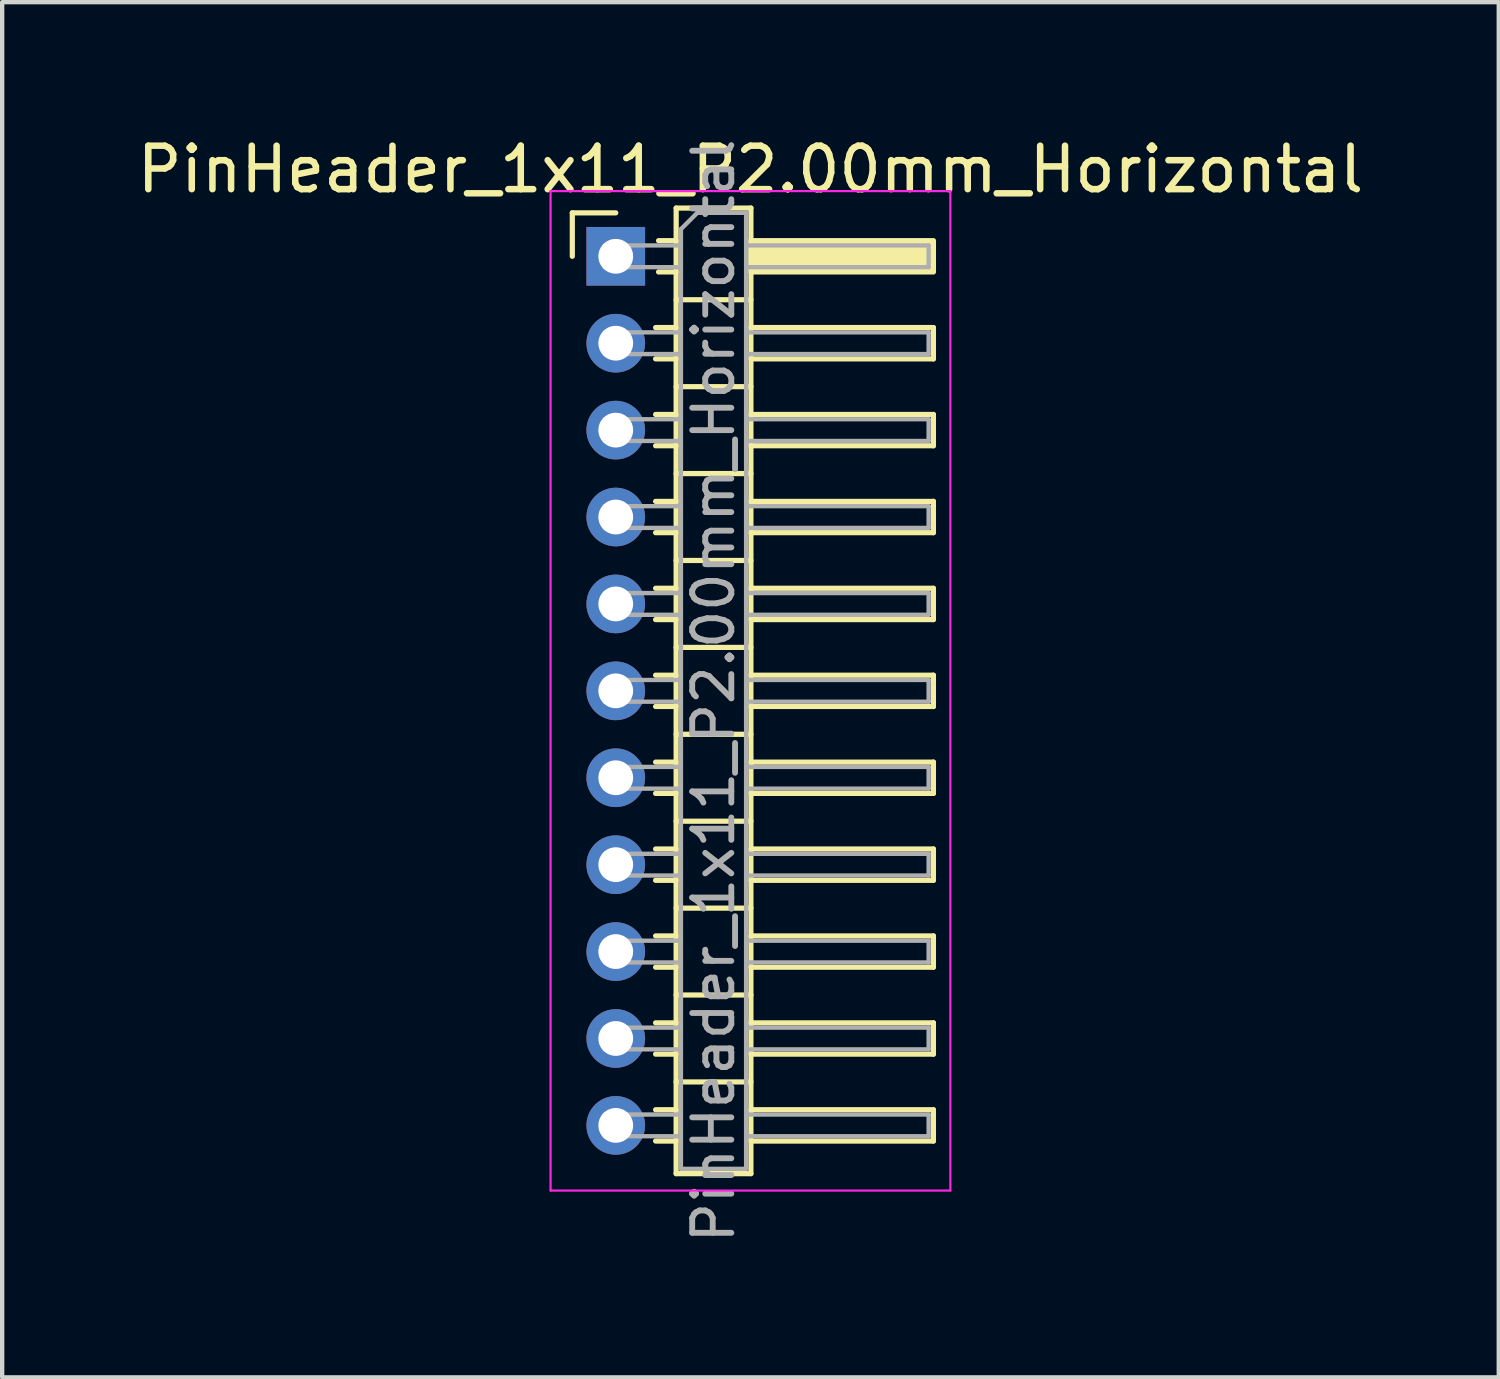
<source format=kicad_pcb>
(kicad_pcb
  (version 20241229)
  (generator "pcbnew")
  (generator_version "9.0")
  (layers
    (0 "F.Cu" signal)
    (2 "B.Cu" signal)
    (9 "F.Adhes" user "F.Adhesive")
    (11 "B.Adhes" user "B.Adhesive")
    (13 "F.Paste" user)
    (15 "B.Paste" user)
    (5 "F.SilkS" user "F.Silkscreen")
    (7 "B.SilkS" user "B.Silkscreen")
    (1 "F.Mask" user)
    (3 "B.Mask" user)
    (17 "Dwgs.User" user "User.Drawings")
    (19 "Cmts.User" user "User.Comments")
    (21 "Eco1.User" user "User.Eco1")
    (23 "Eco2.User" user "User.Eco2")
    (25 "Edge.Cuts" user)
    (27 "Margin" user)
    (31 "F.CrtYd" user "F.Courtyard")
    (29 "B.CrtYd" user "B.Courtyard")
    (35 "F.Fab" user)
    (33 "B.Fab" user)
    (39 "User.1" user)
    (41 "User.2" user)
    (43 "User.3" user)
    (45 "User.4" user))
  (footprint "PinHeader_1x11_P2.00mm_Horizontal"
    (layer "F.Cu")
    (at 11.12 2.848)
    (property "Reference" "PinHeader_1x11_P2.00mm_Horizontal" (at 3.1 -2 0) (layer "F.SilkS") (effects (font (size 1 1) (thickness 0.15))))
    (attr through_hole)
    (fp_line (start -1 -1) (end 0 -1) (stroke (width 0.12) (type solid)) (layer "F.SilkS"))
    (fp_line (start -1 0) (end -1 -1) (stroke (width 0.12) (type solid)) (layer "F.SilkS"))
    (fp_line (start 0.917 1.64) (end 1.39 1.64) (stroke (width 0.12) (type solid)) (layer "F.SilkS"))
    (fp_line (start 0.917 2.36) (end 1.39 2.36) (stroke (width 0.12) (type solid)) (layer "F.SilkS"))
    (fp_line (start 0.917 3.64) (end 1.39 3.64) (stroke (width 0.12) (type solid)) (layer "F.SilkS"))
    (fp_line (start 0.917 4.36) (end 1.39 4.36) (stroke (width 0.12) (type solid)) (layer "F.SilkS"))
    (fp_line (start 0.917 5.64) (end 1.39 5.64) (stroke (width 0.12) (type solid)) (layer "F.SilkS"))
    (fp_line (start 0.917 6.36) (end 1.39 6.36) (stroke (width 0.12) (type solid)) (layer "F.SilkS"))
    (fp_line (start 0.917 7.64) (end 1.39 7.64) (stroke (width 0.12) (type solid)) (layer "F.SilkS"))
    (fp_line (start 0.917 8.36) (end 1.39 8.36) (stroke (width 0.12) (type solid)) (layer "F.SilkS"))
    (fp_line (start 0.917 9.64) (end 1.39 9.64) (stroke (width 0.12) (type solid)) (layer "F.SilkS"))
    (fp_line (start 0.917 10.36) (end 1.39 10.36) (stroke (width 0.12) (type solid)) (layer "F.SilkS"))
    (fp_line (start 0.917 11.64) (end 1.39 11.64) (stroke (width 0.12) (type solid)) (layer "F.SilkS"))
    (fp_line (start 0.917 12.36) (end 1.39 12.36) (stroke (width 0.12) (type solid)) (layer "F.SilkS"))
    (fp_line (start 0.917 13.64) (end 1.39 13.64) (stroke (width 0.12) (type solid)) (layer "F.SilkS"))
    (fp_line (start 0.917 14.36) (end 1.39 14.36) (stroke (width 0.12) (type solid)) (layer "F.SilkS"))
    (fp_line (start 0.917 15.64) (end 1.39 15.64) (stroke (width 0.12) (type solid)) (layer "F.SilkS"))
    (fp_line (start 0.917 16.36) (end 1.39 16.36) (stroke (width 0.12) (type solid)) (layer "F.SilkS"))
    (fp_line (start 0.917 17.64) (end 1.39 17.64) (stroke (width 0.12) (type solid)) (layer "F.SilkS"))
    (fp_line (start 0.917 18.36) (end 1.39 18.36) (stroke (width 0.12) (type solid)) (layer "F.SilkS"))
    (fp_line (start 0.917 19.64) (end 1.39 19.64) (stroke (width 0.12) (type solid)) (layer "F.SilkS"))
    (fp_line (start 0.917 20.36) (end 1.39 20.36) (stroke (width 0.12) (type solid)) (layer "F.SilkS"))
    (fp_line (start 0.985 -0.36) (end 1.39 -0.36) (stroke (width 0.12) (type solid)) (layer "F.SilkS"))
    (fp_line (start 0.985 0.36) (end 1.39 0.36) (stroke (width 0.12) (type solid)) (layer "F.SilkS"))
    (fp_line (start 1.39 -1.11) (end 1.39 21.11) (stroke (width 0.12) (type solid)) (layer "F.SilkS"))
    (fp_line (start 1.39 1) (end 3.11 1) (stroke (width 0.12) (type solid)) (layer "F.SilkS"))
    (fp_line (start 1.39 3) (end 3.11 3) (stroke (width 0.12) (type solid)) (layer "F.SilkS"))
    (fp_line (start 1.39 5) (end 3.11 5) (stroke (width 0.12) (type solid)) (layer "F.SilkS"))
    (fp_line (start 1.39 7) (end 3.11 7) (stroke (width 0.12) (type solid)) (layer "F.SilkS"))
    (fp_line (start 1.39 9) (end 3.11 9) (stroke (width 0.12) (type solid)) (layer "F.SilkS"))
    (fp_line (start 1.39 11) (end 3.11 11) (stroke (width 0.12) (type solid)) (layer "F.SilkS"))
    (fp_line (start 1.39 13) (end 3.11 13) (stroke (width 0.12) (type solid)) (layer "F.SilkS"))
    (fp_line (start 1.39 15) (end 3.11 15) (stroke (width 0.12) (type solid)) (layer "F.SilkS"))
    (fp_line (start 1.39 17) (end 3.11 17) (stroke (width 0.12) (type solid)) (layer "F.SilkS"))
    (fp_line (start 1.39 19) (end 3.11 19) (stroke (width 0.12) (type solid)) (layer "F.SilkS"))
    (fp_line (start 1.39 21.11) (end 3.11 21.11) (stroke (width 0.12) (type solid)) (layer "F.SilkS"))
    (fp_line (start 3.11 -1.11) (end 1.39 -1.11) (stroke (width 0.12) (type solid)) (layer "F.SilkS"))
    (fp_line (start 3.11 1.64) (end 7.31 1.64) (stroke (width 0.12) (type solid)) (layer "F.SilkS"))
    (fp_line (start 3.11 3.64) (end 7.31 3.64) (stroke (width 0.12) (type solid)) (layer "F.SilkS"))
    (fp_line (start 3.11 5.64) (end 7.31 5.64) (stroke (width 0.12) (type solid)) (layer "F.SilkS"))
    (fp_line (start 3.11 7.64) (end 7.31 7.64) (stroke (width 0.12) (type solid)) (layer "F.SilkS"))
    (fp_line (start 3.11 9.64) (end 7.31 9.64) (stroke (width 0.12) (type solid)) (layer "F.SilkS"))
    (fp_line (start 3.11 11.64) (end 7.31 11.64) (stroke (width 0.12) (type solid)) (layer "F.SilkS"))
    (fp_line (start 3.11 13.64) (end 7.31 13.64) (stroke (width 0.12) (type solid)) (layer "F.SilkS"))
    (fp_line (start 3.11 15.64) (end 7.31 15.64) (stroke (width 0.12) (type solid)) (layer "F.SilkS"))
    (fp_line (start 3.11 17.64) (end 7.31 17.64) (stroke (width 0.12) (type solid)) (layer "F.SilkS"))
    (fp_line (start 3.11 19.64) (end 7.31 19.64) (stroke (width 0.12) (type solid)) (layer "F.SilkS"))
    (fp_line (start 3.11 21.11) (end 3.11 -1.11) (stroke (width 0.12) (type solid)) (layer "F.SilkS"))
    (fp_line (start 7.31 1.64) (end 7.31 2.36) (stroke (width 0.12) (type solid)) (layer "F.SilkS"))
    (fp_line (start 7.31 2.36) (end 3.11 2.36) (stroke (width 0.12) (type solid)) (layer "F.SilkS"))
    (fp_line (start 7.31 3.64) (end 7.31 4.36) (stroke (width 0.12) (type solid)) (layer "F.SilkS"))
    (fp_line (start 7.31 4.36) (end 3.11 4.36) (stroke (width 0.12) (type solid)) (layer "F.SilkS"))
    (fp_line (start 7.31 5.64) (end 7.31 6.36) (stroke (width 0.12) (type solid)) (layer "F.SilkS"))
    (fp_line (start 7.31 6.36) (end 3.11 6.36) (stroke (width 0.12) (type solid)) (layer "F.SilkS"))
    (fp_line (start 7.31 7.64) (end 7.31 8.36) (stroke (width 0.12) (type solid)) (layer "F.SilkS"))
    (fp_line (start 7.31 8.36) (end 3.11 8.36) (stroke (width 0.12) (type solid)) (layer "F.SilkS"))
    (fp_line (start 7.31 9.64) (end 7.31 10.36) (stroke (width 0.12) (type solid)) (layer "F.SilkS"))
    (fp_line (start 7.31 10.36) (end 3.11 10.36) (stroke (width 0.12) (type solid)) (layer "F.SilkS"))
    (fp_line (start 7.31 11.64) (end 7.31 12.36) (stroke (width 0.12) (type solid)) (layer "F.SilkS"))
    (fp_line (start 7.31 12.36) (end 3.11 12.36) (stroke (width 0.12) (type solid)) (layer "F.SilkS"))
    (fp_line (start 7.31 13.64) (end 7.31 14.36) (stroke (width 0.12) (type solid)) (layer "F.SilkS"))
    (fp_line (start 7.31 14.36) (end 3.11 14.36) (stroke (width 0.12) (type solid)) (layer "F.SilkS"))
    (fp_line (start 7.31 15.64) (end 7.31 16.36) (stroke (width 0.12) (type solid)) (layer "F.SilkS"))
    (fp_line (start 7.31 16.36) (end 3.11 16.36) (stroke (width 0.12) (type solid)) (layer "F.SilkS"))
    (fp_line (start 7.31 17.64) (end 7.31 18.36) (stroke (width 0.12) (type solid)) (layer "F.SilkS"))
    (fp_line (start 7.31 18.36) (end 3.11 18.36) (stroke (width 0.12) (type solid)) (layer "F.SilkS"))
    (fp_line (start 7.31 19.64) (end 7.31 20.36) (stroke (width 0.12) (type solid)) (layer "F.SilkS"))
    (fp_line (start 7.31 20.36) (end 3.11 20.36) (stroke (width 0.12) (type solid)) (layer "F.SilkS"))
    (fp_rect (start 3.11 -0.36) (end 7.31 0.36) (stroke (width 0.12) (type solid)) (fill yes) (layer "F.SilkS"))
    (fp_line (start -1.5 -1.5) (end -1.5 21.5) (stroke (width 0.05) (type solid)) (layer "F.CrtYd"))
    (fp_line (start -1.5 21.5) (end 7.7 21.5) (stroke (width 0.05) (type solid)) (layer "F.CrtYd"))
    (fp_line (start 7.7 -1.5) (end -1.5 -1.5) (stroke (width 0.05) (type solid)) (layer "F.CrtYd"))
    (fp_line (start 7.7 21.5) (end 7.7 -1.5) (stroke (width 0.05) (type solid)) (layer "F.CrtYd"))
    (fp_line (start -0.25 -0.25) (end -0.25 0.25) (stroke (width 0.1) (type solid)) (layer "F.Fab"))
    (fp_line (start -0.25 -0.25) (end 1.5 -0.25) (stroke (width 0.1) (type solid)) (layer "F.Fab"))
    (fp_line (start -0.25 0.25) (end 1.5 0.25) (stroke (width 0.1) (type solid)) (layer "F.Fab"))
    (fp_line (start -0.25 1.75) (end -0.25 2.25) (stroke (width 0.1) (type solid)) (layer "F.Fab"))
    (fp_line (start -0.25 1.75) (end 1.5 1.75) (stroke (width 0.1) (type solid)) (layer "F.Fab"))
    (fp_line (start -0.25 2.25) (end 1.5 2.25) (stroke (width 0.1) (type solid)) (layer "F.Fab"))
    (fp_line (start -0.25 3.75) (end -0.25 4.25) (stroke (width 0.1) (type solid)) (layer "F.Fab"))
    (fp_line (start -0.25 3.75) (end 1.5 3.75) (stroke (width 0.1) (type solid)) (layer "F.Fab"))
    (fp_line (start -0.25 4.25) (end 1.5 4.25) (stroke (width 0.1) (type solid)) (layer "F.Fab"))
    (fp_line (start -0.25 5.75) (end -0.25 6.25) (stroke (width 0.1) (type solid)) (layer "F.Fab"))
    (fp_line (start -0.25 5.75) (end 1.5 5.75) (stroke (width 0.1) (type solid)) (layer "F.Fab"))
    (fp_line (start -0.25 6.25) (end 1.5 6.25) (stroke (width 0.1) (type solid)) (layer "F.Fab"))
    (fp_line (start -0.25 7.75) (end -0.25 8.25) (stroke (width 0.1) (type solid)) (layer "F.Fab"))
    (fp_line (start -0.25 7.75) (end 1.5 7.75) (stroke (width 0.1) (type solid)) (layer "F.Fab"))
    (fp_line (start -0.25 8.25) (end 1.5 8.25) (stroke (width 0.1) (type solid)) (layer "F.Fab"))
    (fp_line (start -0.25 9.75) (end -0.25 10.25) (stroke (width 0.1) (type solid)) (layer "F.Fab"))
    (fp_line (start -0.25 9.75) (end 1.5 9.75) (stroke (width 0.1) (type solid)) (layer "F.Fab"))
    (fp_line (start -0.25 10.25) (end 1.5 10.25) (stroke (width 0.1) (type solid)) (layer "F.Fab"))
    (fp_line (start -0.25 11.75) (end -0.25 12.25) (stroke (width 0.1) (type solid)) (layer "F.Fab"))
    (fp_line (start -0.25 11.75) (end 1.5 11.75) (stroke (width 0.1) (type solid)) (layer "F.Fab"))
    (fp_line (start -0.25 12.25) (end 1.5 12.25) (stroke (width 0.1) (type solid)) (layer "F.Fab"))
    (fp_line (start -0.25 13.75) (end -0.25 14.25) (stroke (width 0.1) (type solid)) (layer "F.Fab"))
    (fp_line (start -0.25 13.75) (end 1.5 13.75) (stroke (width 0.1) (type solid)) (layer "F.Fab"))
    (fp_line (start -0.25 14.25) (end 1.5 14.25) (stroke (width 0.1) (type solid)) (layer "F.Fab"))
    (fp_line (start -0.25 15.75) (end -0.25 16.25) (stroke (width 0.1) (type solid)) (layer "F.Fab"))
    (fp_line (start -0.25 15.75) (end 1.5 15.75) (stroke (width 0.1) (type solid)) (layer "F.Fab"))
    (fp_line (start -0.25 16.25) (end 1.5 16.25) (stroke (width 0.1) (type solid)) (layer "F.Fab"))
    (fp_line (start -0.25 17.75) (end -0.25 18.25) (stroke (width 0.1) (type solid)) (layer "F.Fab"))
    (fp_line (start -0.25 17.75) (end 1.5 17.75) (stroke (width 0.1) (type solid)) (layer "F.Fab"))
    (fp_line (start -0.25 18.25) (end 1.5 18.25) (stroke (width 0.1) (type solid)) (layer "F.Fab"))
    (fp_line (start -0.25 19.75) (end -0.25 20.25) (stroke (width 0.1) (type solid)) (layer "F.Fab"))
    (fp_line (start -0.25 19.75) (end 1.5 19.75) (stroke (width 0.1) (type solid)) (layer "F.Fab"))
    (fp_line (start -0.25 20.25) (end 1.5 20.25) (stroke (width 0.1) (type solid)) (layer "F.Fab"))
    (fp_line (start 1.5 -0.625) (end 1.875 -1) (stroke (width 0.1) (type solid)) (layer "F.Fab"))
    (fp_line (start 1.5 21) (end 1.5 -0.625) (stroke (width 0.1) (type solid)) (layer "F.Fab"))
    (fp_line (start 1.875 -1) (end 3 -1) (stroke (width 0.1) (type solid)) (layer "F.Fab"))
    (fp_line (start 3 -1) (end 3 21) (stroke (width 0.1) (type solid)) (layer "F.Fab"))
    (fp_line (start 3 -0.25) (end 7.2 -0.25) (stroke (width 0.1) (type solid)) (layer "F.Fab"))
    (fp_line (start 3 0.25) (end 7.2 0.25) (stroke (width 0.1) (type solid)) (layer "F.Fab"))
    (fp_line (start 3 1.75) (end 7.2 1.75) (stroke (width 0.1) (type solid)) (layer "F.Fab"))
    (fp_line (start 3 2.25) (end 7.2 2.25) (stroke (width 0.1) (type solid)) (layer "F.Fab"))
    (fp_line (start 3 3.75) (end 7.2 3.75) (stroke (width 0.1) (type solid)) (layer "F.Fab"))
    (fp_line (start 3 4.25) (end 7.2 4.25) (stroke (width 0.1) (type solid)) (layer "F.Fab"))
    (fp_line (start 3 5.75) (end 7.2 5.75) (stroke (width 0.1) (type solid)) (layer "F.Fab"))
    (fp_line (start 3 6.25) (end 7.2 6.25) (stroke (width 0.1) (type solid)) (layer "F.Fab"))
    (fp_line (start 3 7.75) (end 7.2 7.75) (stroke (width 0.1) (type solid)) (layer "F.Fab"))
    (fp_line (start 3 8.25) (end 7.2 8.25) (stroke (width 0.1) (type solid)) (layer "F.Fab"))
    (fp_line (start 3 9.75) (end 7.2 9.75) (stroke (width 0.1) (type solid)) (layer "F.Fab"))
    (fp_line (start 3 10.25) (end 7.2 10.25) (stroke (width 0.1) (type solid)) (layer "F.Fab"))
    (fp_line (start 3 11.75) (end 7.2 11.75) (stroke (width 0.1) (type solid)) (layer "F.Fab"))
    (fp_line (start 3 12.25) (end 7.2 12.25) (stroke (width 0.1) (type solid)) (layer "F.Fab"))
    (fp_line (start 3 13.75) (end 7.2 13.75) (stroke (width 0.1) (type solid)) (layer "F.Fab"))
    (fp_line (start 3 14.25) (end 7.2 14.25) (stroke (width 0.1) (type solid)) (layer "F.Fab"))
    (fp_line (start 3 15.75) (end 7.2 15.75) (stroke (width 0.1) (type solid)) (layer "F.Fab"))
    (fp_line (start 3 16.25) (end 7.2 16.25) (stroke (width 0.1) (type solid)) (layer "F.Fab"))
    (fp_line (start 3 17.75) (end 7.2 17.75) (stroke (width 0.1) (type solid)) (layer "F.Fab"))
    (fp_line (start 3 18.25) (end 7.2 18.25) (stroke (width 0.1) (type solid)) (layer "F.Fab"))
    (fp_line (start 3 19.75) (end 7.2 19.75) (stroke (width 0.1) (type solid)) (layer "F.Fab"))
    (fp_line (start 3 20.25) (end 7.2 20.25) (stroke (width 0.1) (type solid)) (layer "F.Fab"))
    (fp_line (start 3 21) (end 1.5 21) (stroke (width 0.1) (type solid)) (layer "F.Fab"))
    (fp_line (start 7.2 -0.25) (end 7.2 0.25) (stroke (width 0.1) (type solid)) (layer "F.Fab"))
    (fp_line (start 7.2 1.75) (end 7.2 2.25) (stroke (width 0.1) (type solid)) (layer "F.Fab"))
    (fp_line (start 7.2 3.75) (end 7.2 4.25) (stroke (width 0.1) (type solid)) (layer "F.Fab"))
    (fp_line (start 7.2 5.75) (end 7.2 6.25) (stroke (width 0.1) (type solid)) (layer "F.Fab"))
    (fp_line (start 7.2 7.75) (end 7.2 8.25) (stroke (width 0.1) (type solid)) (layer "F.Fab"))
    (fp_line (start 7.2 9.75) (end 7.2 10.25) (stroke (width 0.1) (type solid)) (layer "F.Fab"))
    (fp_line (start 7.2 11.75) (end 7.2 12.25) (stroke (width 0.1) (type solid)) (layer "F.Fab"))
    (fp_line (start 7.2 13.75) (end 7.2 14.25) (stroke (width 0.1) (type solid)) (layer "F.Fab"))
    (fp_line (start 7.2 15.75) (end 7.2 16.25) (stroke (width 0.1) (type solid)) (layer "F.Fab"))
    (fp_line (start 7.2 17.75) (end 7.2 18.25) (stroke (width 0.1) (type solid)) (layer "F.Fab"))
    (fp_line (start 7.2 19.75) (end 7.2 20.25) (stroke (width 0.1) (type solid)) (layer "F.Fab"))
    (fp_text user "${REFERENCE}" (at 2.25 10 90) (layer "F.Fab") (effects (font (size 0.9 0.9) (thickness 0.135))))
    (pad "1" thru_hole rect (at 0 0) (size 1.35 1.35) (drill 0.8) (layers "*.Cu" "*.Mask"))
    (pad "2" thru_hole circle (at 0 2) (size 1.35 1.35) (drill 0.8) (layers "*.Cu" "*.Mask"))
    (pad "3" thru_hole circle (at 0 4) (size 1.35 1.35) (drill 0.8) (layers "*.Cu" "*.Mask"))
    (pad "4" thru_hole circle (at 0 6) (size 1.35 1.35) (drill 0.8) (layers "*.Cu" "*.Mask"))
    (pad "5" thru_hole circle (at 0 8) (size 1.35 1.35) (drill 0.8) (layers "*.Cu" "*.Mask"))
    (pad "6" thru_hole circle (at 0 10) (size 1.35 1.35) (drill 0.8) (layers "*.Cu" "*.Mask"))
    (pad "7" thru_hole circle (at 0 12) (size 1.35 1.35) (drill 0.8) (layers "*.Cu" "*.Mask"))
    (pad "8" thru_hole circle (at 0 14) (size 1.35 1.35) (drill 0.8) (layers "*.Cu" "*.Mask"))
    (pad "9" thru_hole circle (at 0 16) (size 1.35 1.35) (drill 0.8) (layers "*.Cu" "*.Mask"))
    (pad "10" thru_hole circle (at 0 18) (size 1.35 1.35) (drill 0.8) (layers "*.Cu" "*.Mask"))
    (pad "11" thru_hole circle (at 0 20) (size 1.35 1.35) (drill 0.8) (layers "*.Cu" "*.Mask")))
  (gr_rect
    (start -3 -3)
    (end 31.44 28.646)
    (stroke (width 0.1) (type default))
    (fill no)
    (layer "Edge.Cuts")))
</source>
